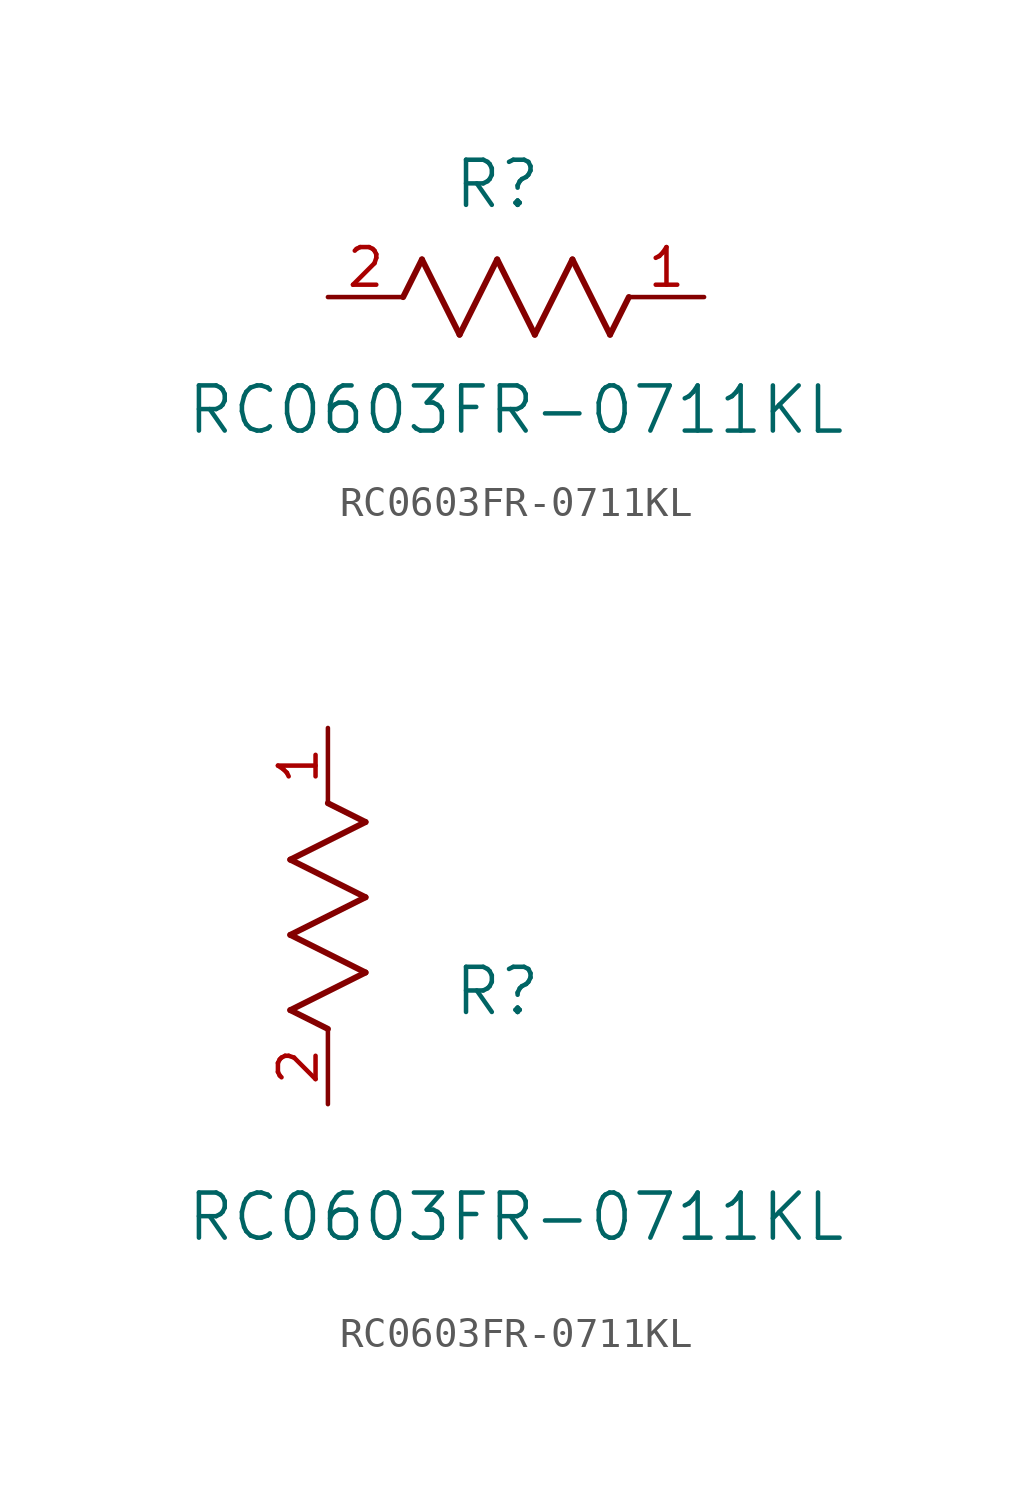
<source format=kicad_sym>
(kicad_symbol_lib
  (version 20211014)
  (generator kicad_symbol_editor)
  (symbol "RC0603FR-0711KL"
    (pin_names
      (offset 0.254))
    (property "Reference" "R"
      (at 5.715 3.81 0)
      (effects (font (size 1.524 1.524))))
    (property "Value" "RC0603FR-0711KL"
      (at 6.35 -3.81 0)
      (effects (font (size 1.524 1.524))))
    (symbol "RC0603FR-0711KL_1_1"
      (polyline (pts (xy 3.175 1.27) (xy 4.445 -1.27)) (stroke (width 0.203) (type default) (color 0 0 0 0)) (fill (type none)))
      (polyline (pts (xy 4.445 -1.27) (xy 5.715 1.27)) (stroke (width 0.203) (type default) (color 0 0 0 0)) (fill (type none)))
      (polyline (pts (xy 5.715 1.27) (xy 6.985 -1.27)) (stroke (width 0.203) (type default) (color 0 0 0 0)) (fill (type none)))
      (polyline (pts (xy 6.985 -1.27) (xy 8.255 1.27)) (stroke (width 0.203) (type default) (color 0 0 0 0)) (fill (type none)))
      (polyline (pts (xy 8.255 1.27) (xy 9.525 -1.27)) (stroke (width 0.203) (type default) (color 0 0 0 0)) (fill (type none)))
      (polyline (pts (xy 2.54 0) (xy 3.175 1.27)) (stroke (width 0.203) (type default) (color 0 0 0 0)) (fill (type none)))
      (polyline (pts (xy 9.525 -1.27) (xy 10.16 0)) (stroke (width 0.203) (type default) (color 0 0 0 0)) (fill (type none)))
      (pin unspecified line (at 12.7 0 180) (length 2.54) (name "" (effects (font (size 1.27 1.27)))) (number "1" (effects (font (size 1.27 1.27)))))
      (pin unspecified line (at 0 0 0) (length 2.54) (name "" (effects (font (size 1.27 1.27)))) (number "2" (effects (font (size 1.27 1.27))))))
    (symbol "RC0603FR-0711KL_1_2"
      (polyline (pts (xy 0 2.54) (xy -1.27 3.175)) (stroke (width 0.203) (type default) (color 0 0 0 0)) (fill (type none)))
      (polyline (pts (xy -1.27 3.175) (xy 1.27 4.445)) (stroke (width 0.203) (type default) (color 0 0 0 0)) (fill (type none)))
      (polyline (pts (xy 1.27 4.445) (xy -1.27 5.715)) (stroke (width 0.203) (type default) (color 0 0 0 0)) (fill (type none)))
      (polyline (pts (xy -1.27 5.715) (xy 1.27 6.985)) (stroke (width 0.203) (type default) (color 0 0 0 0)) (fill (type none)))
      (polyline (pts (xy -1.27 8.255) (xy 1.27 9.525)) (stroke (width 0.203) (type default) (color 0 0 0 0)) (fill (type none)))
      (polyline (pts (xy 1.27 9.525) (xy 0 10.16)) (stroke (width 0.203) (type default) (color 0 0 0 0)) (fill (type none)))
      (polyline (pts (xy 1.27 6.985) (xy -1.27 8.255)) (stroke (width 0.203) (type default) (color 0 0 0 0)) (fill (type none)))
      (pin unspecified line (at 0 12.7 270) (length 2.54) (name "" (effects (font (size 1.27 1.27)))) (number "1" (effects (font (size 1.27 1.27)))))
      (pin unspecified line (at 0 0 90) (length 2.54) (name "" (effects (font (size 1.27 1.27)))) (number "2" (effects (font (size 1.27 1.27))))))))
</source>
